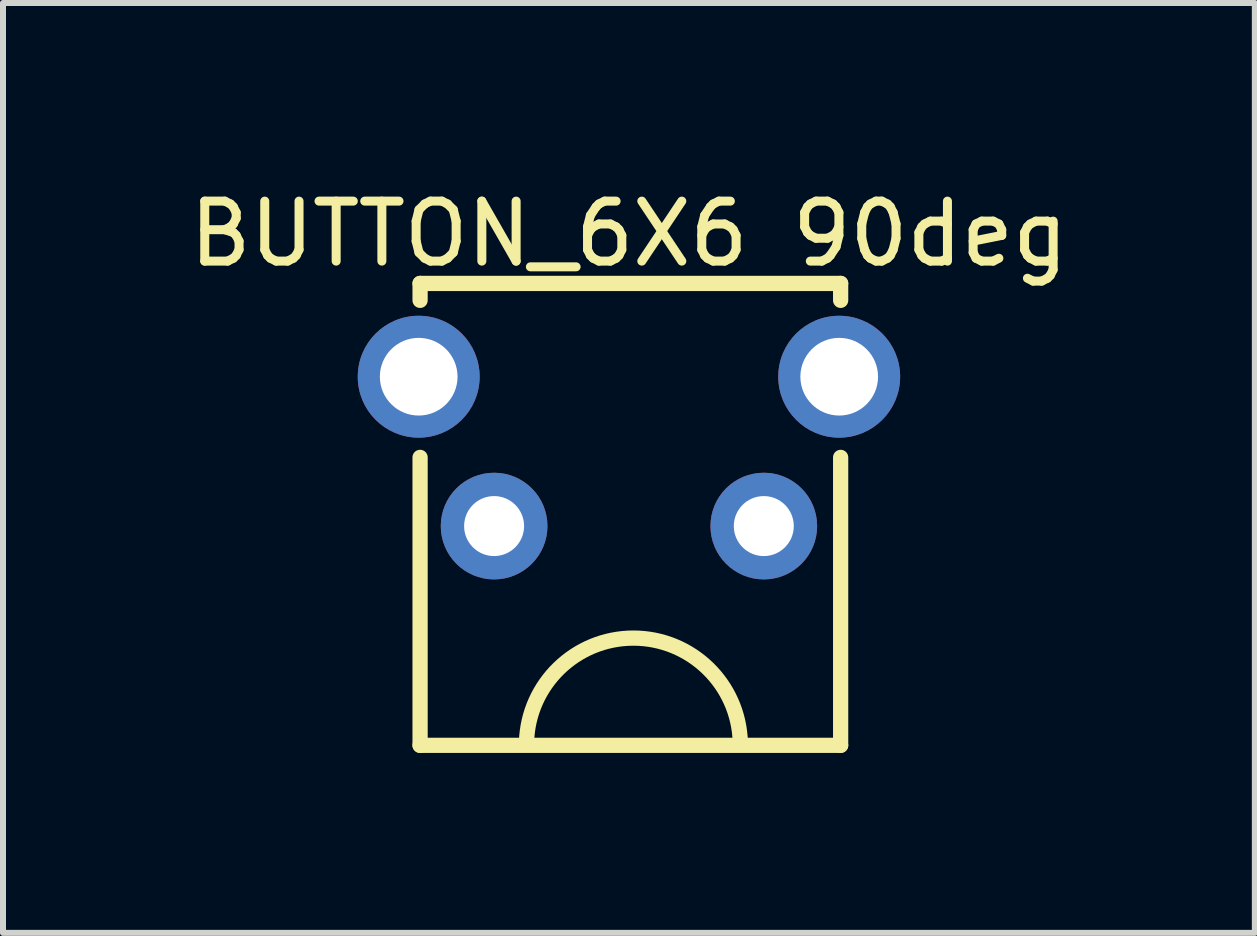
<source format=kicad_pcb>
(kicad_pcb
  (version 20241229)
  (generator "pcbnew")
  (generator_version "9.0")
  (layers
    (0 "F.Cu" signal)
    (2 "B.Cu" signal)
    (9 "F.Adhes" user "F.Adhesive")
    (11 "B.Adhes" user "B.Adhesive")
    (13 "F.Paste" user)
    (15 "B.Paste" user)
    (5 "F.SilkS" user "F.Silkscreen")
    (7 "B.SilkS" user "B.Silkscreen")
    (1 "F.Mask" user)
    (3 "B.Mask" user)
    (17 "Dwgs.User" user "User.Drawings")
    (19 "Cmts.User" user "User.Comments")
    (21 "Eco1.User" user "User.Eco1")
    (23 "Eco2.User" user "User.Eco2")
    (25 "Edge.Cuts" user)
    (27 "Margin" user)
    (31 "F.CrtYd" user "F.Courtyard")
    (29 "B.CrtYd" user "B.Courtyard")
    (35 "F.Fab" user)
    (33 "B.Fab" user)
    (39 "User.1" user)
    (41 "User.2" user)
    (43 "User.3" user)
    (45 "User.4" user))
  (footprint "BUTTON_6X6 90deg"
    (layer "F.Cu")
    (at 7.435 4.475)
    (property "Reference" "BUTTON_6X6 90deg" (at 0 -3.627 0) (layer "F.SilkS") (effects (font (size 1 1) (thickness 0.15))))
    (fp_line (start -3.482 -2.8) (end 3.529 -2.8) (stroke (width 0.254) (type solid)) (layer "F.SilkS"))
    (fp_line (start -3.482 -2.518) (end -3.482 -2.8) (stroke (width 0.254) (type solid)) (layer "F.SilkS"))
    (fp_line (start -3.482 4.9) (end -3.482 0.1) (stroke (width 0.254) (type solid)) (layer "F.SilkS"))
    (fp_line (start -3.482 4.9) (end 3.529 4.9) (stroke (width 0.254) (type solid)) (layer "F.SilkS"))
    (fp_line (start 3.529 -2.518) (end 3.529 -2.8) (stroke (width 0.254) (type solid)) (layer "F.SilkS"))
    (fp_line (start 3.529 4.9) (end 3.529 0.1) (stroke (width 0.254) (type solid)) (layer "F.SilkS"))
    (fp_arc (start -1.707542 4.845817) (mid 0.073594 3.11208) (end 1.856142 4.844366) (stroke (width 0.254) (type solid)) (layer "F.SilkS"))
    (pad "1" thru_hole circle (at 2.248 1.245 270) (size 1.778 1.778) (drill 1) (layers "*.Cu" "*.Mask"))
    (pad "2" thru_hole circle (at -2.248 1.245 270) (size 1.778 1.778) (drill 1) (layers "*.Cu" "*.Mask"))
    (pad "3" thru_hole circle (at -3.505 -1.245 270) (size 2.032 2.032) (drill 1.295) (layers "*.Cu" "*.Mask"))
    (pad "3" thru_hole circle (at 3.505 -1.245 270) (size 2.032 2.032) (drill 1.295) (layers "*.Cu" "*.Mask")))
  (gr_rect
    (start -3 -3)
    (end 17.869 12.502)
    (stroke (width 0.1) (type default))
    (fill no)
    (layer "Edge.Cuts")))
</source>
